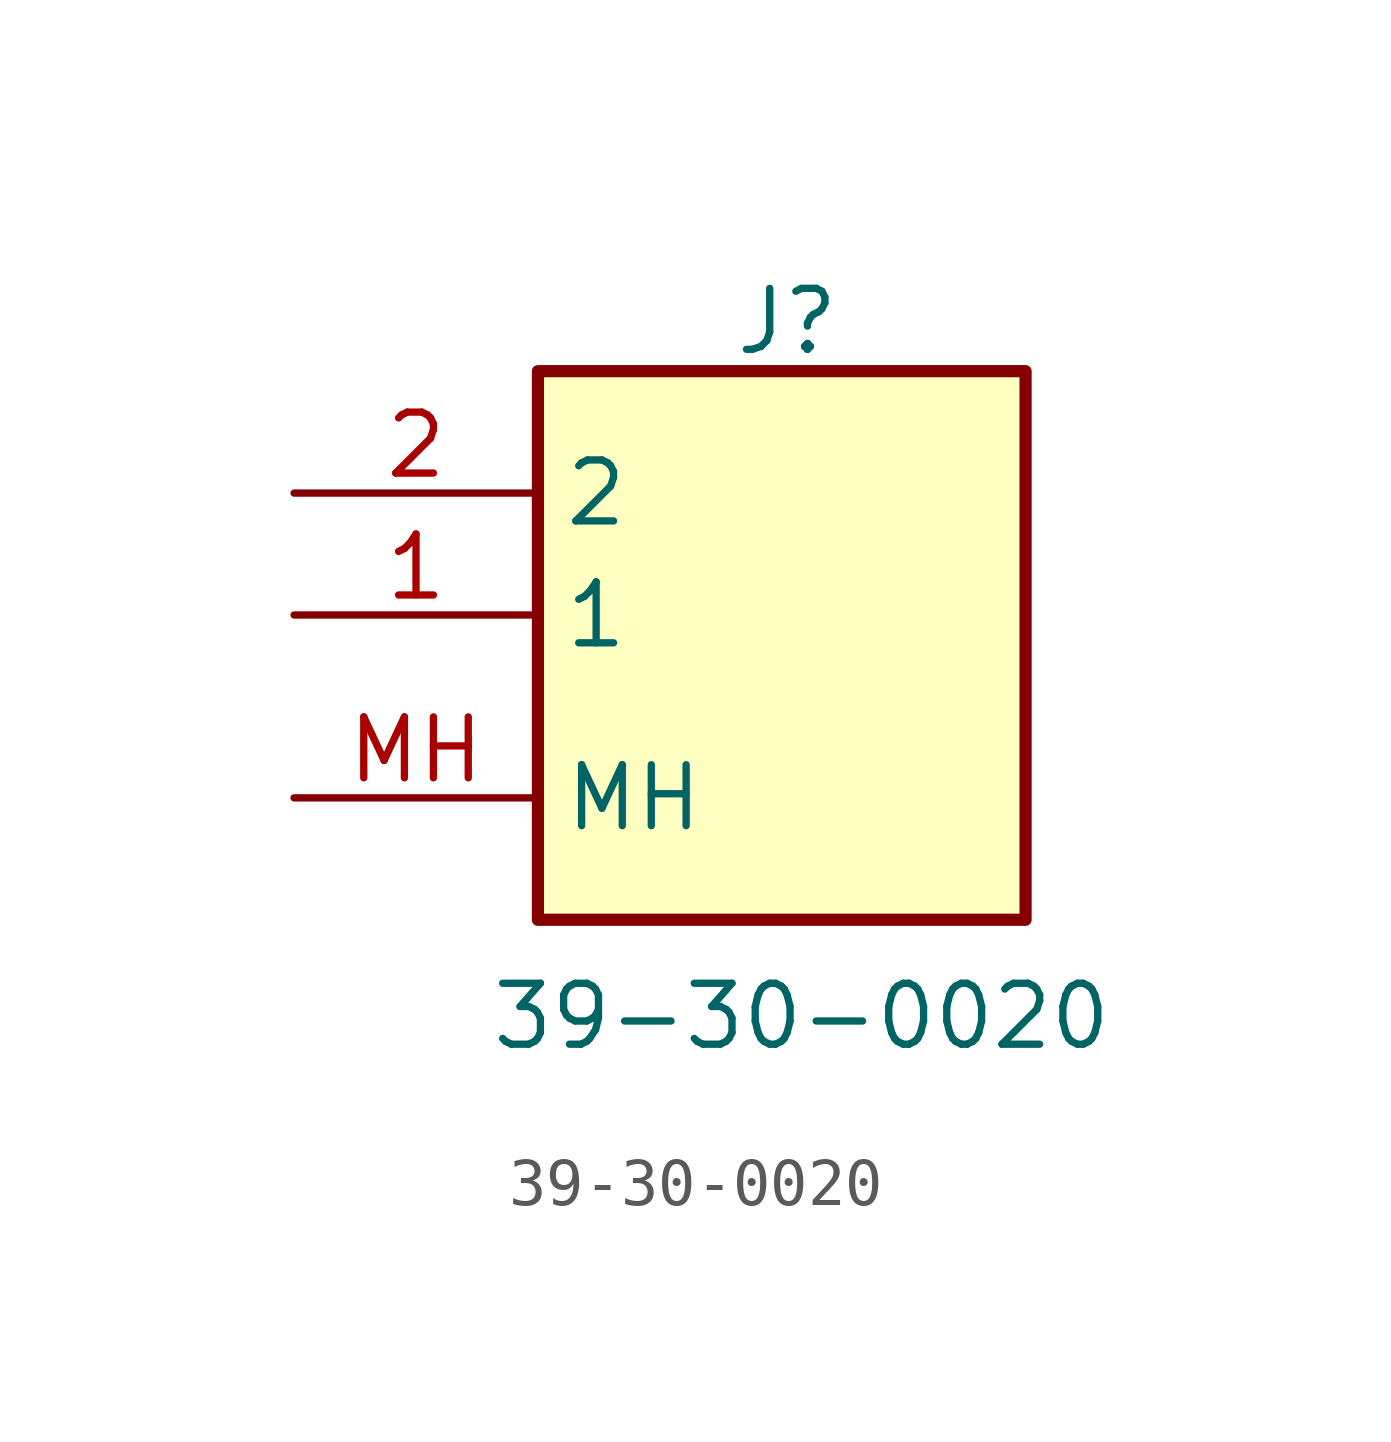
<source format=kicad_sym>
(kicad_symbol_lib
  (version 20231120)
  (generator "kicad_symbol_editor")
  (generator_version "8.0")
  (symbol "39-30-0020"
    (property "Reference" "J"
      (at 9.144 4.318 0)
      (effects (font (size 1.27 1.27)) (justify left top)))
    (property "Value" "39-30-0020"
      (at 4.064 -10.16 0)
      (effects (font (size 1.27 1.27)) (justify left top)))
    (symbol "39-30-0020_1_1"
      (rectangle (start 5.08 2.54) (end 15.24 -8.89) (stroke (width 0.254) (type default)) (fill (type background)))
      (pin power_out line (at 0 -2.54 0) (length 5.08) (name "1" (effects (font (size 1.27 1.27)))) (number "1" (effects (font (size 1.27 1.27)))))
      (pin power_out line (at 0 0 0) (length 5.08) (name "2" (effects (font (size 1.27 1.27)))) (number "2" (effects (font (size 1.27 1.27)))))
      (pin passive line (at 0 -6.35 0) (length 5.08) (name "MH" (effects (font (size 1.27 1.27)))) (number "MH" (effects (font (size 1.27 1.27))))))))
</source>
